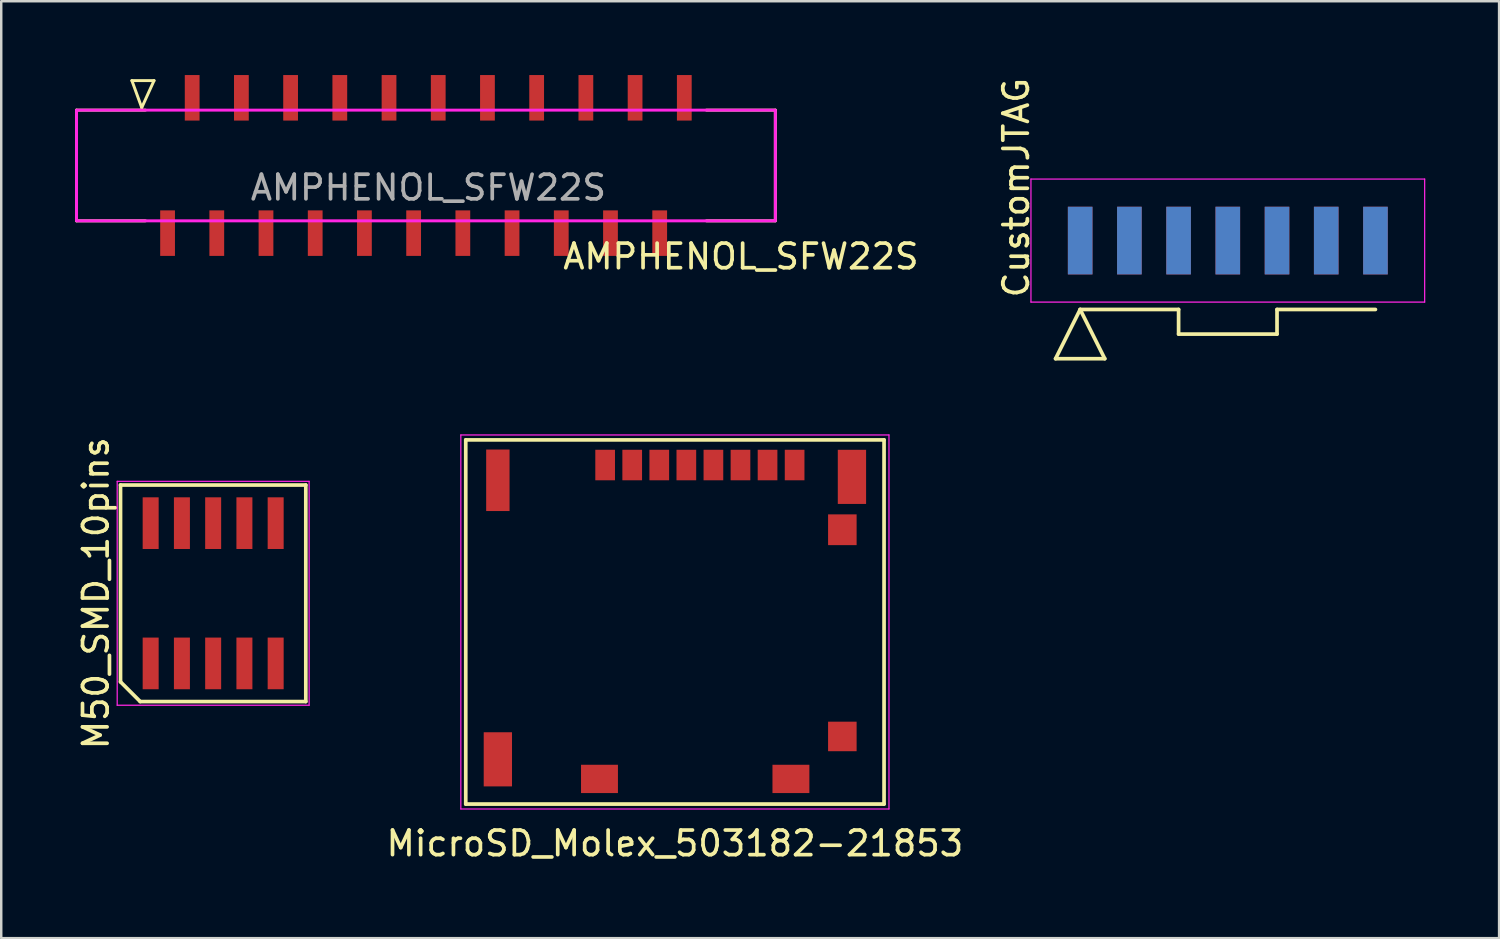
<source format=kicad_pcb>
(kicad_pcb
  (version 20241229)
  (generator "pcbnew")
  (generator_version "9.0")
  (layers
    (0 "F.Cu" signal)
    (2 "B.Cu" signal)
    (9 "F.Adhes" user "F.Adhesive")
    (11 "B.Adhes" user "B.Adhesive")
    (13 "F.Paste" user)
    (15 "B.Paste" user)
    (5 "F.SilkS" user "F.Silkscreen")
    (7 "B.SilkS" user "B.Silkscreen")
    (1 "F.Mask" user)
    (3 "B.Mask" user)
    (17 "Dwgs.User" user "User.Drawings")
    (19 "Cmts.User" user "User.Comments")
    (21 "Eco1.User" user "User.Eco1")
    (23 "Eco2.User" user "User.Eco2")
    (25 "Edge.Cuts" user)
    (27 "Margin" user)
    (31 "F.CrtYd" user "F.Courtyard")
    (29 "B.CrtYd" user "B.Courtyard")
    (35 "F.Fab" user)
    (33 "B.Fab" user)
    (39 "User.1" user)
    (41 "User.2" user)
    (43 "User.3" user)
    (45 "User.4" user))
  (footprint "AMPHENOL_SFW22S"
    (layer "F.Cu")
    (at 14.26 3.675)
    (property "Reference" "AMPHENOL_SFW22S" (at 12.8 3.7 0) (unlocked yes) (layer "F.SilkS") (effects (font (size 1 1) (thickness 0.15))))
    (fp_line (start -14.2 -2.25) (end -14.2 2.25) (stroke (width 0.12) (type solid)) (layer "F.SilkS"))
    (fp_line (start -14.2 -2.25) (end -11.4 -2.25) (stroke (width 0.12) (type solid)) (layer "F.SilkS"))
    (fp_line (start -14.2 2.25) (end -11.4 2.25) (stroke (width 0.12) (type solid)) (layer "F.SilkS"))
    (fp_line (start -11.95 -3.45) (end -11.55 -2.35) (stroke (width 0.12) (type solid)) (layer "F.SilkS"))
    (fp_line (start -11.55 -2.35) (end -11.05 -3.45) (stroke (width 0.12) (type solid)) (layer "F.SilkS"))
    (fp_line (start -11.05 -3.45) (end -11.95 -3.45) (stroke (width 0.12) (type solid)) (layer "F.SilkS"))
    (fp_line (start 11.4 -2.25) (end 14.2 -2.25) (stroke (width 0.12) (type solid)) (layer "F.SilkS"))
    (fp_line (start 11.4 2.25) (end 14.2 2.25) (stroke (width 0.12) (type solid)) (layer "F.SilkS"))
    (fp_line (start 14.2 -2.25) (end 14.2 2.25) (stroke (width 0.12) (type solid)) (layer "F.SilkS"))
    (fp_rect (start -14.2 -2.25) (end 14.2 2.25) (stroke (width 0.12) (type solid)) (fill no) (layer "F.CrtYd"))
    (fp_text user "${REFERENCE}" (at 0.1 0.9 0) (unlocked yes) (layer "F.Fab") (effects (font (size 1 1) (thickness 0.15))))
    (pad "1" smd rect (at -10.5 2.75) (size 0.6 1.85) (layers "F.Cu" "F.Mask" "F.Paste"))
    (pad "2" smd rect (at -9.5 -2.75) (size 0.6 1.85) (layers "F.Cu" "F.Mask" "F.Paste"))
    (pad "3" smd rect (at -8.5 2.75) (size 0.6 1.85) (layers "F.Cu" "F.Mask" "F.Paste"))
    (pad "4" smd rect (at -7.5 -2.75) (size 0.6 1.85) (layers "F.Cu" "F.Mask" "F.Paste"))
    (pad "5" smd rect (at -6.5 2.75) (size 0.6 1.85) (layers "F.Cu" "F.Mask" "F.Paste"))
    (pad "6" smd rect (at -5.5 -2.75) (size 0.6 1.85) (layers "F.Cu" "F.Mask" "F.Paste"))
    (pad "7" smd rect (at -4.5 2.75) (size 0.6 1.85) (layers "F.Cu" "F.Mask" "F.Paste"))
    (pad "8" smd rect (at -3.5 -2.75) (size 0.6 1.85) (layers "F.Cu" "F.Mask" "F.Paste"))
    (pad "9" smd rect (at -2.5 2.75) (size 0.6 1.85) (layers "F.Cu" "F.Mask" "F.Paste"))
    (pad "10" smd rect (at -1.5 -2.75) (size 0.6 1.85) (layers "F.Cu" "F.Mask" "F.Paste"))
    (pad "11" smd rect (at -0.5 2.75) (size 0.6 1.85) (layers "F.Cu" "F.Mask" "F.Paste"))
    (pad "12" smd rect (at 0.5 -2.75) (size 0.6 1.85) (layers "F.Cu" "F.Mask" "F.Paste"))
    (pad "13" smd rect (at 1.5 2.75) (size 0.6 1.85) (layers "F.Cu" "F.Mask" "F.Paste"))
    (pad "14" smd rect (at 2.5 -2.75) (size 0.6 1.85) (layers "F.Cu" "F.Mask" "F.Paste"))
    (pad "15" smd rect (at 3.5 2.75) (size 0.6 1.85) (layers "F.Cu" "F.Mask" "F.Paste"))
    (pad "16" smd rect (at 4.5 -2.75) (size 0.6 1.85) (layers "F.Cu" "F.Mask" "F.Paste"))
    (pad "17" smd rect (at 5.5 2.75) (size 0.6 1.85) (layers "F.Cu" "F.Mask" "F.Paste"))
    (pad "18" smd rect (at 6.5 -2.75) (size 0.6 1.85) (layers "F.Cu" "F.Mask" "F.Paste"))
    (pad "19" smd rect (at 7.5 2.75) (size 0.6 1.85) (layers "F.Cu" "F.Mask" "F.Paste"))
    (pad "20" smd rect (at 8.5 -2.75) (size 0.6 1.85) (layers "F.Cu" "F.Mask" "F.Paste"))
    (pad "21" smd rect (at 9.5 2.75) (size 0.6 1.85) (layers "F.Cu" "F.Mask" "F.Paste"))
    (pad "22" smd rect (at 10.5 -2.75) (size 0.6 1.85) (layers "F.Cu" "F.Mask" "F.Paste")))
  (footprint "CustomJTAG"
    (layer "F.Cu")
    (at 46.848 6.727)
    (property "Reference" "CustomJTAG" (at -8.6 -2.15 90) (layer "F.SilkS") (effects (font (size 1 1) (thickness 0.15))))
    (attr smd)
    (fp_line (start -7 4.8) (end -5 4.8) (stroke (width 0.15) (type solid)) (layer "F.SilkS"))
    (fp_line (start -6 2.8) (end -7 4.8) (stroke (width 0.15) (type solid)) (layer "F.SilkS"))
    (fp_line (start -6 2.8) (end -2 2.8) (stroke (width 0.15) (type solid)) (layer "F.SilkS"))
    (fp_line (start -5 4.8) (end -6 2.8) (stroke (width 0.15) (type solid)) (layer "F.SilkS"))
    (fp_line (start -2 2.8) (end -2 3.8) (stroke (width 0.15) (type solid)) (layer "F.SilkS"))
    (fp_line (start -2 3.8) (end 2 3.8) (stroke (width 0.15) (type solid)) (layer "F.SilkS"))
    (fp_line (start 2 2.8) (end 6 2.8) (stroke (width 0.15) (type solid)) (layer "F.SilkS"))
    (fp_line (start 2 3.8) (end 2 2.8) (stroke (width 0.15) (type solid)) (layer "F.SilkS"))
    (fp_line (start -8 2.5) (end -8 -2.5) (stroke (width 0.05) (type solid)) (layer "F.CrtYd"))
    (fp_line (start 8 -2.5) (end -8 -2.5) (stroke (width 0.05) (type solid)) (layer "F.CrtYd"))
    (fp_line (start 8 2.5) (end -8 2.5) (stroke (width 0.05) (type solid)) (layer "F.CrtYd"))
    (fp_line (start 8 2.5) (end 8 -2.5) (stroke (width 0.05) (type solid)) (layer "F.CrtYd"))
    (pad "1" smd rect (at -6 0) (size 1 2.75) (layers "F.Cu" "F.Mask" "F.Paste"))
    (pad "2" smd rect (at -6 0) (size 1 2.75) (layers "B.Cu" "B.Mask" "B.Paste"))
    (pad "3" smd rect (at -4 0) (size 1 2.75) (layers "F.Cu" "F.Mask" "F.Paste"))
    (pad "4" smd rect (at -4 0) (size 1 2.75) (layers "B.Cu" "B.Mask" "B.Paste"))
    (pad "5" smd rect (at -2 0) (size 1 2.75) (layers "F.Cu" "F.Mask" "F.Paste"))
    (pad "6" smd rect (at -2 0) (size 1 2.75) (layers "B.Cu" "B.Mask" "B.Paste"))
    (pad "7" smd rect (at 0 0) (size 1 2.75) (layers "F.Cu" "F.Mask" "F.Paste"))
    (pad "8" smd rect (at 0 0) (size 1 2.75) (layers "B.Cu" "B.Mask" "B.Paste"))
    (pad "9" smd rect (at 2 0) (size 1 2.75) (layers "F.Cu" "F.Mask" "F.Paste"))
    (pad "10" smd rect (at 2 0) (size 1 2.75) (layers "B.Cu" "B.Mask" "B.Paste"))
    (pad "11" smd rect (at 4 0) (size 1 2.75) (layers "F.Cu" "F.Mask" "F.Paste"))
    (pad "12" smd rect (at 4 0) (size 1 2.75) (layers "B.Cu" "B.Mask" "B.Paste"))
    (pad "13" smd rect (at 6 0) (size 1 2.75) (layers "F.Cu" "F.Mask" "F.Paste"))
    (pad "14" smd rect (at 6 0) (size 1 2.75) (layers "B.Cu" "B.Mask" "B.Paste")))
  (footprint "MicroSD_Molex_503182-21853"
    (layer "F.Cu")
    (at 24.378 22.227)
    (property "Reference" "MicroSD_Molex_503182-21853" (at 0 9 0) (layer "F.SilkS") (effects (font (size 1 1) (thickness 0.15))))
    (attr smd)
    (fp_line (start -8.5 -7.4) (end -8.5 7.4) (stroke (width 0.15) (type solid)) (layer "F.SilkS"))
    (fp_line (start -8.5 7.4) (end 8.5 7.4) (stroke (width 0.15) (type solid)) (layer "F.SilkS"))
    (fp_line (start 8.5 -7.4) (end -8.5 -7.4) (stroke (width 0.15) (type solid)) (layer "F.SilkS"))
    (fp_line (start 8.5 7.4) (end 8.5 -7.4) (stroke (width 0.15) (type solid)) (layer "F.SilkS"))
    (fp_line (start -8.7 -7.6) (end -8.7 7.6) (stroke (width 0.05) (type solid)) (layer "F.CrtYd"))
    (fp_line (start -8.7 -7.6) (end 8.7 -7.6) (stroke (width 0.05) (type solid)) (layer "F.CrtYd"))
    (fp_line (start -8.7 7.6) (end 8.7 7.6) (stroke (width 0.05) (type solid)) (layer "F.CrtYd"))
    (fp_line (start 8.7 -7.6) (end 8.7 7.6) (stroke (width 0.05) (type solid)) (layer "F.CrtYd"))
    (pad "1" smd rect (at -2.835 -6.378) (size 0.8 1.24) (layers "F.Cu" "F.Mask" "F.Paste"))
    (pad "2" smd rect (at -1.735 -6.378) (size 0.8 1.24) (layers "F.Cu" "F.Mask" "F.Paste"))
    (pad "3" smd rect (at -0.635 -6.378) (size 0.8 1.24) (layers "F.Cu" "F.Mask" "F.Paste"))
    (pad "4" smd rect (at 0.465 -6.378) (size 0.8 1.24) (layers "F.Cu" "F.Mask" "F.Paste"))
    (pad "5" smd rect (at 1.565 -6.378) (size 0.8 1.24) (layers "F.Cu" "F.Mask" "F.Paste"))
    (pad "6" smd rect (at 2.665 -6.378) (size 0.8 1.24) (layers "F.Cu" "F.Mask" "F.Paste"))
    (pad "7" smd rect (at 3.765 -6.378) (size 0.8 1.24) (layers "F.Cu" "F.Mask" "F.Paste"))
    (pad "8" smd rect (at 4.865 -6.378) (size 0.8 1.24) (layers "F.Cu" "F.Mask" "F.Paste"))
    (pad "DET" smd rect (at 6.805 4.652) (size 1.16 1.2) (layers "F.Cu" "F.Mask" "F.Paste"))
    (pad "SHLD" smd rect (at -7.195 -5.758) (size 0.95 2.5) (layers "F.Cu" "F.Mask" "F.Paste"))
    (pad "SHLD" smd rect (at -7.195 5.582) (size 1.15 2.2) (layers "F.Cu" "F.Mask" "F.Paste"))
    (pad "SHLD" smd rect (at -3.065 6.378) (size 1.5 1.15) (layers "F.Cu" "F.Mask" "F.Paste"))
    (pad "SHLD" smd rect (at 4.715 6.378) (size 1.5 1.15) (layers "F.Cu" "F.Mask" "F.Paste"))
    (pad "SHLD" smd rect (at 7.195 -5.897) (size 1.15 2.2) (layers "F.Cu" "F.Mask" "F.Paste"))
    (pad "SW" smd rect (at 6.805 -3.748) (size 1.16 1.25) (layers "F.Cu" "F.Mask" "F.Paste")))
  (footprint "M50_SMD_10pins"
    (layer "F.Cu")
    (at 5.613 21.061)
    (property "Reference" "M50_SMD_10pins" (at -4.765 0 90) (layer "F.SilkS") (effects (font (size 1 1) (thickness 0.15))))
    (attr smd)
    (fp_line (start -3.765 -4.4) (end 3.765 -4.4) (stroke (width 0.15) (type solid)) (layer "F.SilkS"))
    (fp_line (start -3.765 3.6) (end -3.765 -4.4) (stroke (width 0.15) (type solid)) (layer "F.SilkS"))
    (fp_line (start -2.965 4.4) (end -3.765 3.6) (stroke (width 0.15) (type solid)) (layer "F.SilkS"))
    (fp_line (start 3.765 -4.4) (end 3.765 4.4) (stroke (width 0.15) (type solid)) (layer "F.SilkS"))
    (fp_line (start 3.765 4.4) (end -2.965 4.4) (stroke (width 0.15) (type solid)) (layer "F.SilkS"))
    (fp_line (start -3.9 -4.55) (end 3.9 -4.55) (stroke (width 0.05) (type solid)) (layer "F.CrtYd"))
    (fp_line (start -3.9 4.55) (end -3.9 -4.55) (stroke (width 0.05) (type solid)) (layer "F.CrtYd"))
    (fp_line (start 3.9 -4.55) (end 3.9 4.55) (stroke (width 0.05) (type solid)) (layer "F.CrtYd"))
    (fp_line (start 3.9 4.55) (end -3.9 4.55) (stroke (width 0.05) (type solid)) (layer "F.CrtYd"))
    (pad "1" smd rect (at -2.54 2.85) (size 0.65 2.1) (layers "F.Cu" "F.Mask" "F.Paste"))
    (pad "2" smd rect (at -2.54 -2.85) (size 0.65 2.1) (layers "F.Cu" "F.Mask" "F.Paste"))
    (pad "3" smd rect (at -1.27 2.85) (size 0.65 2.1) (layers "F.Cu" "F.Mask" "F.Paste"))
    (pad "4" smd rect (at -1.27 -2.85) (size 0.65 2.1) (layers "F.Cu" "F.Mask" "F.Paste"))
    (pad "5" smd rect (at 0 2.85) (size 0.65 2.1) (layers "F.Cu" "F.Mask" "F.Paste"))
    (pad "5" smd rect (at 2.54 2.85) (size 0.65 2.1) (layers "F.Cu" "F.Mask" "F.Paste"))
    (pad "6" smd rect (at 0 -2.85) (size 0.65 2.1) (layers "F.Cu" "F.Mask" "F.Paste"))
    (pad "7" smd rect (at 1.27 2.85) (size 0.65 2.1) (layers "F.Cu" "F.Mask" "F.Paste"))
    (pad "8" smd rect (at 1.27 -2.85) (size 0.65 2.1) (layers "F.Cu" "F.Mask" "F.Paste"))
    (pad "10" smd rect (at 2.54 -2.85) (size 0.65 2.1) (layers "F.Cu" "F.Mask" "F.Paste")))
  (gr_rect
    (start -3 -3)
    (end 57.873 35.076)
    (stroke (width 0.1) (type default))
    (fill no)
    (layer "Edge.Cuts")))
</source>
